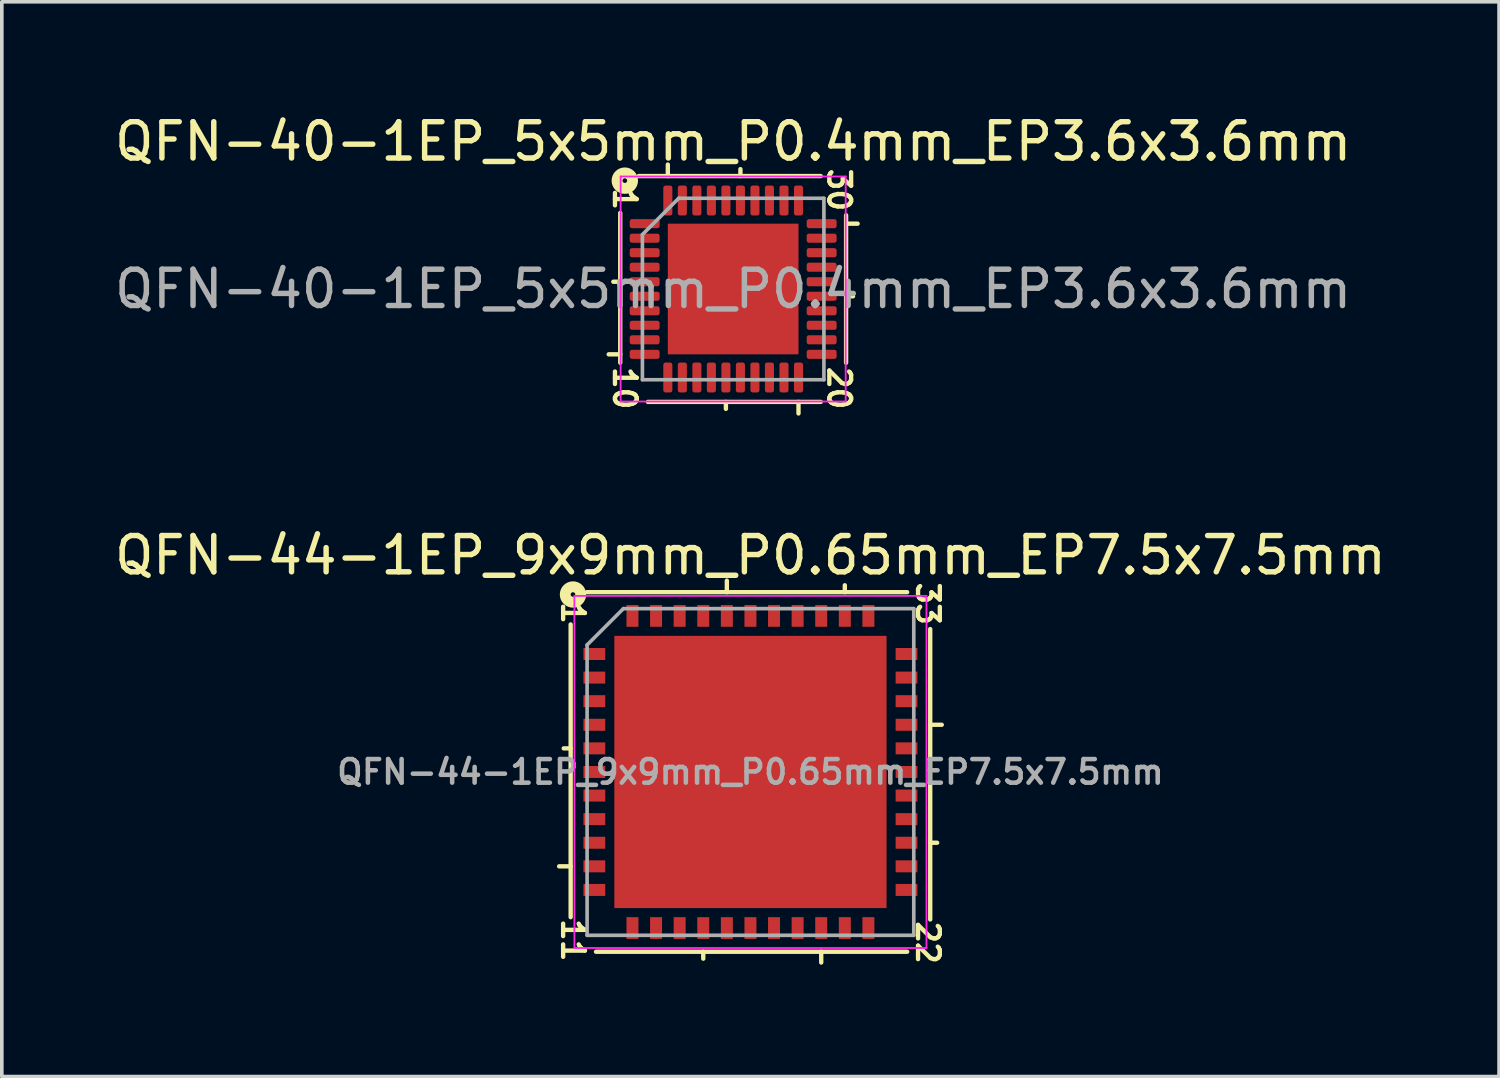
<source format=kicad_pcb>
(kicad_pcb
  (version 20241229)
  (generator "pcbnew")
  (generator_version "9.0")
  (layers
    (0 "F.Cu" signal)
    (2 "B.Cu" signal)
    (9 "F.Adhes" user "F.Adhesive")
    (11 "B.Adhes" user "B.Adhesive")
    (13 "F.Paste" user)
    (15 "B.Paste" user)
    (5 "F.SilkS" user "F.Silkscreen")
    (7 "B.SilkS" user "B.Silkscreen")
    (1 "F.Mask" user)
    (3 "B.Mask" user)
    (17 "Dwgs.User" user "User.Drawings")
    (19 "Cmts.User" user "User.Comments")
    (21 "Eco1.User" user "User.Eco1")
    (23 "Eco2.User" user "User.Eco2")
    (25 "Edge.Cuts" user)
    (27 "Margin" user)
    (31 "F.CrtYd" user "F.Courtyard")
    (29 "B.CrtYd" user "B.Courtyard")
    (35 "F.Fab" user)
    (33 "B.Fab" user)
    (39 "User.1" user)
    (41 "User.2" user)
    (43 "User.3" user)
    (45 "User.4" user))
  (footprint "QFN-40-1EP_5x5mm_P0.4mm_EP3.6x3.6mm"
    (layer "F.Cu")
    (at 17.149 4.912)
    (property "Reference" "QFN-40-1EP_5x5mm_P0.4mm_EP3.6x3.6mm" (at 0 -4.064 0) (layer "F.SilkS") (effects (font (size 1 1) (thickness 0.15))))
    (attr smd)
    (fp_line (start -3.111 -2.095) (end -3.111 2.032) (stroke (width 0.12) (type solid)) (layer "F.SilkS"))
    (fp_line (start -3.111 -0.2) (end -3.302 -0.2) (stroke (width 0.12) (type solid)) (layer "F.SilkS"))
    (fp_line (start -3.111 1.8) (end -3.429 1.8) (stroke (width 0.12) (type solid)) (layer "F.SilkS"))
    (fp_line (start -2.349 3.111) (end 2.413 3.111) (stroke (width 0.12) (type solid)) (layer "F.SilkS"))
    (fp_line (start -1.8 -3.111) (end -1.8 -3.429) (stroke (width 0.12) (type solid)) (layer "F.SilkS"))
    (fp_line (start -0.2 3.111) (end -0.2 3.302) (stroke (width 0.12) (type solid)) (layer "F.SilkS"))
    (fp_line (start 0.2 -3.111) (end 0.2 -3.302) (stroke (width 0.12) (type solid)) (layer "F.SilkS"))
    (fp_line (start 1.8 3.111) (end 1.8 3.429) (stroke (width 0.12) (type solid)) (layer "F.SilkS"))
    (fp_line (start 2.413 -3.111) (end -2.603 -3.111) (stroke (width 0.12) (type solid)) (layer "F.SilkS"))
    (fp_line (start 3.111 -1.8) (end 3.429 -1.8) (stroke (width 0.12) (type solid)) (layer "F.SilkS"))
    (fp_line (start 3.111 0.2) (end 3.302 0.2) (stroke (width 0.12) (type solid)) (layer "F.SilkS"))
    (fp_line (start 3.111 2.032) (end 3.111 -2.032) (stroke (width 0.12) (type solid)) (layer "F.SilkS"))
    (fp_circle (center -2.985 -2.985) (end -2.921 -2.985) (stroke (width 0.3) (type solid)) (fill no) (layer "F.SilkS"))
    (fp_line (start -3.1 -3.1) (end -3.1 3.1) (stroke (width 0.05) (type solid)) (layer "F.CrtYd"))
    (fp_line (start -3.1 3.1) (end 3.1 3.1) (stroke (width 0.05) (type solid)) (layer "F.CrtYd"))
    (fp_line (start 3.1 -3.1) (end -3.1 -3.1) (stroke (width 0.05) (type solid)) (layer "F.CrtYd"))
    (fp_line (start 3.1 3.1) (end 3.1 -3.1) (stroke (width 0.05) (type solid)) (layer "F.CrtYd"))
    (fp_line (start -2.5 -1.5) (end -1.5 -2.5) (stroke (width 0.1) (type solid)) (layer "F.Fab"))
    (fp_line (start -2.5 2.5) (end -2.5 -1.5) (stroke (width 0.1) (type solid)) (layer "F.Fab"))
    (fp_line (start -1.5 -2.5) (end 2.5 -2.5) (stroke (width 0.1) (type solid)) (layer "F.Fab"))
    (fp_line (start 2.5 -2.5) (end 2.5 2.5) (stroke (width 0.1) (type solid)) (layer "F.Fab"))
    (fp_line (start 2.5 2.5) (end -2.5 2.5) (stroke (width 0.1) (type solid)) (layer "F.Fab"))
    (fp_text user "20" (at 2.921 2.731 270) (unlocked yes) (layer "F.SilkS") (effects (font (size 0.6 0.6) (thickness 0.12))))
    (fp_text user "1" (at -2.985 -2.477 270) (unlocked yes) (layer "F.SilkS") (effects (font (size 0.6 0.6) (thickness 0.12))))
    (fp_text user "30" (at 2.921 -2.731 270) (unlocked yes) (layer "F.SilkS") (effects (font (size 0.6 0.6) (thickness 0.12))))
    (fp_text user "10" (at -2.985 2.731 270) (unlocked yes) (layer "F.SilkS") (effects (font (size 0.6 0.6) (thickness 0.12))))
    (fp_text user "${REFERENCE}" (at 0 0 0) (layer "F.Fab") (effects (font (size 1 1) (thickness 0.15))))
    (pad "" smd roundrect (at -1.2 -1.2) (size 0.97 0.97) (layers "F.Paste") (roundrect_rratio 0.25))
    (pad "" smd roundrect (at -1.2 0) (size 0.97 0.97) (layers "F.Paste") (roundrect_rratio 0.25))
    (pad "" smd roundrect (at -1.2 1.2) (size 0.97 0.97) (layers "F.Paste") (roundrect_rratio 0.25))
    (pad "" smd roundrect (at 0 -1.2) (size 0.97 0.97) (layers "F.Paste") (roundrect_rratio 0.25))
    (pad "" smd roundrect (at 0 0) (size 0.97 0.97) (layers "F.Paste") (roundrect_rratio 0.25))
    (pad "" smd roundrect (at 0 1.2) (size 0.97 0.97) (layers "F.Paste") (roundrect_rratio 0.25))
    (pad "" smd roundrect (at 1.2 -1.2) (size 0.97 0.97) (layers "F.Paste") (roundrect_rratio 0.25))
    (pad "" smd roundrect (at 1.2 0) (size 0.97 0.97) (layers "F.Paste") (roundrect_rratio 0.25))
    (pad "" smd roundrect (at 1.2 1.2) (size 0.97 0.97) (layers "F.Paste") (roundrect_rratio 0.25))
    (pad "1" smd roundrect (at -2.438 -1.8) (size 0.825 0.25) (layers "F.Cu" "F.Mask" "F.Paste") (roundrect_rratio 0.25))
    (pad "2" smd roundrect (at -2.438 -1.4) (size 0.825 0.25) (layers "F.Cu" "F.Mask" "F.Paste") (roundrect_rratio 0.25))
    (pad "3" smd roundrect (at -2.438 -1) (size 0.825 0.25) (layers "F.Cu" "F.Mask" "F.Paste") (roundrect_rratio 0.25))
    (pad "4" smd roundrect (at -2.438 -0.6) (size 0.825 0.25) (layers "F.Cu" "F.Mask" "F.Paste") (roundrect_rratio 0.25))
    (pad "5" smd roundrect (at -2.438 -0.2) (size 0.825 0.25) (layers "F.Cu" "F.Mask" "F.Paste") (roundrect_rratio 0.25))
    (pad "6" smd roundrect (at -2.438 0.2) (size 0.825 0.25) (layers "F.Cu" "F.Mask" "F.Paste") (roundrect_rratio 0.25))
    (pad "7" smd roundrect (at -2.438 0.6) (size 0.825 0.25) (layers "F.Cu" "F.Mask" "F.Paste") (roundrect_rratio 0.25))
    (pad "8" smd roundrect (at -2.438 1) (size 0.825 0.25) (layers "F.Cu" "F.Mask" "F.Paste") (roundrect_rratio 0.25))
    (pad "9" smd roundrect (at -2.438 1.4) (size 0.825 0.25) (layers "F.Cu" "F.Mask" "F.Paste") (roundrect_rratio 0.25))
    (pad "10" smd roundrect (at -2.438 1.8) (size 0.825 0.25) (layers "F.Cu" "F.Mask" "F.Paste") (roundrect_rratio 0.25))
    (pad "11" smd roundrect (at -1.8 2.438) (size 0.25 0.825) (layers "F.Cu" "F.Mask" "F.Paste") (roundrect_rratio 0.25))
    (pad "12" smd roundrect (at -1.4 2.438) (size 0.25 0.825) (layers "F.Cu" "F.Mask" "F.Paste") (roundrect_rratio 0.25))
    (pad "13" smd roundrect (at -1 2.438) (size 0.25 0.825) (layers "F.Cu" "F.Mask" "F.Paste") (roundrect_rratio 0.25))
    (pad "14" smd roundrect (at -0.6 2.438) (size 0.25 0.825) (layers "F.Cu" "F.Mask" "F.Paste") (roundrect_rratio 0.25))
    (pad "15" smd roundrect (at -0.2 2.438) (size 0.25 0.825) (layers "F.Cu" "F.Mask" "F.Paste") (roundrect_rratio 0.25))
    (pad "16" smd roundrect (at 0.2 2.438) (size 0.25 0.825) (layers "F.Cu" "F.Mask" "F.Paste") (roundrect_rratio 0.25))
    (pad "17" smd roundrect (at 0.6 2.438) (size 0.25 0.825) (layers "F.Cu" "F.Mask" "F.Paste") (roundrect_rratio 0.25))
    (pad "18" smd roundrect (at 1 2.438) (size 0.25 0.825) (layers "F.Cu" "F.Mask" "F.Paste") (roundrect_rratio 0.25))
    (pad "19" smd roundrect (at 1.4 2.438) (size 0.25 0.825) (layers "F.Cu" "F.Mask" "F.Paste") (roundrect_rratio 0.25))
    (pad "20" smd roundrect (at 1.8 2.438) (size 0.25 0.825) (layers "F.Cu" "F.Mask" "F.Paste") (roundrect_rratio 0.25))
    (pad "21" smd roundrect (at 2.438 1.8) (size 0.825 0.25) (layers "F.Cu" "F.Mask" "F.Paste") (roundrect_rratio 0.25))
    (pad "22" smd roundrect (at 2.438 1.4) (size 0.825 0.25) (layers "F.Cu" "F.Mask" "F.Paste") (roundrect_rratio 0.25))
    (pad "23" smd roundrect (at 2.438 1) (size 0.825 0.25) (layers "F.Cu" "F.Mask" "F.Paste") (roundrect_rratio 0.25))
    (pad "24" smd roundrect (at 2.438 0.6) (size 0.825 0.25) (layers "F.Cu" "F.Mask" "F.Paste") (roundrect_rratio 0.25))
    (pad "25" smd roundrect (at 2.438 0.2) (size 0.825 0.25) (layers "F.Cu" "F.Mask" "F.Paste") (roundrect_rratio 0.25))
    (pad "26" smd roundrect (at 2.438 -0.2) (size 0.825 0.25) (layers "F.Cu" "F.Mask" "F.Paste") (roundrect_rratio 0.25))
    (pad "27" smd roundrect (at 2.438 -0.6) (size 0.825 0.25) (layers "F.Cu" "F.Mask" "F.Paste") (roundrect_rratio 0.25))
    (pad "28" smd roundrect (at 2.438 -1) (size 0.825 0.25) (layers "F.Cu" "F.Mask" "F.Paste") (roundrect_rratio 0.25))
    (pad "29" smd roundrect (at 2.438 -1.4) (size 0.825 0.25) (layers "F.Cu" "F.Mask" "F.Paste") (roundrect_rratio 0.25))
    (pad "30" smd roundrect (at 2.438 -1.8) (size 0.825 0.25) (layers "F.Cu" "F.Mask" "F.Paste") (roundrect_rratio 0.25))
    (pad "31" smd roundrect (at 1.8 -2.438) (size 0.25 0.825) (layers "F.Cu" "F.Mask" "F.Paste") (roundrect_rratio 0.25))
    (pad "32" smd roundrect (at 1.4 -2.438) (size 0.25 0.825) (layers "F.Cu" "F.Mask" "F.Paste") (roundrect_rratio 0.25))
    (pad "33" smd roundrect (at 1 -2.438) (size 0.25 0.825) (layers "F.Cu" "F.Mask" "F.Paste") (roundrect_rratio 0.25))
    (pad "34" smd roundrect (at 0.6 -2.438) (size 0.25 0.825) (layers "F.Cu" "F.Mask" "F.Paste") (roundrect_rratio 0.25))
    (pad "35" smd roundrect (at 0.2 -2.438) (size 0.25 0.825) (layers "F.Cu" "F.Mask" "F.Paste") (roundrect_rratio 0.25))
    (pad "36" smd roundrect (at -0.2 -2.438) (size 0.25 0.825) (layers "F.Cu" "F.Mask" "F.Paste") (roundrect_rratio 0.25))
    (pad "37" smd roundrect (at -0.6 -2.438) (size 0.25 0.825) (layers "F.Cu" "F.Mask" "F.Paste") (roundrect_rratio 0.25))
    (pad "38" smd roundrect (at -1 -2.438) (size 0.25 0.825) (layers "F.Cu" "F.Mask" "F.Paste") (roundrect_rratio 0.25))
    (pad "39" smd roundrect (at -1.4 -2.438) (size 0.25 0.825) (layers "F.Cu" "F.Mask" "F.Paste") (roundrect_rratio 0.25))
    (pad "40" smd roundrect (at -1.8 -2.438) (size 0.25 0.825) (layers "F.Cu" "F.Mask" "F.Paste") (roundrect_rratio 0.25))
    (pad "41" smd rect (at 0 0) (size 3.6 3.6) (layers "F.Cu" "F.Mask")))
  (footprint "QFN-44-1EP_9x9mm_P0.65mm_EP7.5x7.5mm"
    (layer "F.Cu")
    (at 17.625 18.218)
    (property "Reference" "QFN-44-1EP_9x9mm_P0.65mm_EP7.5x7.5mm" (at 0 -5.969 0) (layer "F.SilkS") (effects (font (size 1 1) (thickness 0.15))))
    (attr smd)
    (fp_line (start -4.953 -4.064) (end -4.953 4) (stroke (width 0.12) (type solid)) (layer "F.SilkS"))
    (fp_line (start -4.953 -0.65) (end -5.144 -0.65) (stroke (width 0.12) (type solid)) (layer "F.SilkS"))
    (fp_line (start -4.953 2.6) (end -5.271 2.6) (stroke (width 0.12) (type solid)) (layer "F.SilkS"))
    (fp_line (start -4.255 4.953) (end 4.318 4.953) (stroke (width 0.12) (type solid)) (layer "F.SilkS"))
    (fp_line (start -1.3 4.953) (end -1.3 5.144) (stroke (width 0.12) (type solid)) (layer "F.SilkS"))
    (fp_line (start -0.65 -4.953) (end -0.65 -5.271) (stroke (width 0.12) (type solid)) (layer "F.SilkS"))
    (fp_line (start 1.95 4.953) (end 1.95 5.25) (stroke (width 0.12) (type solid)) (layer "F.SilkS"))
    (fp_line (start 2.6 -4.953) (end 2.6 -5.144) (stroke (width 0.12) (type solid)) (layer "F.SilkS"))
    (fp_line (start 4.318 -4.953) (end -4.508 -4.953) (stroke (width 0.12) (type solid)) (layer "F.SilkS"))
    (fp_line (start 4.953 -1.3) (end 5.271 -1.3) (stroke (width 0.12) (type solid)) (layer "F.SilkS"))
    (fp_line (start 4.953 1.95) (end 5.144 1.95) (stroke (width 0.12) (type solid)) (layer "F.SilkS"))
    (fp_line (start 4.953 4.064) (end 4.953 -3.937) (stroke (width 0.12) (type solid)) (layer "F.SilkS"))
    (fp_circle (center -4.889 -4.889) (end -4.826 -4.889) (stroke (width 0.3) (type solid)) (fill no) (layer "F.SilkS"))
    (fp_line (start -4.85 -4.85) (end -4.85 4.85) (stroke (width 0.05) (type solid)) (layer "F.CrtYd"))
    (fp_line (start -4.85 4.85) (end 4.85 4.85) (stroke (width 0.05) (type solid)) (layer "F.CrtYd"))
    (fp_line (start 4.85 -4.85) (end -4.85 -4.85) (stroke (width 0.05) (type solid)) (layer "F.CrtYd"))
    (fp_line (start 4.85 4.85) (end 4.85 -4.85) (stroke (width 0.05) (type solid)) (layer "F.CrtYd"))
    (fp_line (start -4.5 -3.5) (end -3.5 -4.5) (stroke (width 0.1) (type solid)) (layer "F.Fab"))
    (fp_line (start -4.5 4.5) (end -4.5 -3.5) (stroke (width 0.1) (type solid)) (layer "F.Fab"))
    (fp_line (start -3.5 -4.5) (end 4.5 -4.5) (stroke (width 0.1) (type solid)) (layer "F.Fab"))
    (fp_line (start 4.5 -4.5) (end 4.5 4.5) (stroke (width 0.1) (type solid)) (layer "F.Fab"))
    (fp_line (start 4.5 4.5) (end -4.5 4.5) (stroke (width 0.1) (type solid)) (layer "F.Fab"))
    (fp_text user "11" (at -4.889 4.636 270) (unlocked yes) (layer "F.SilkS") (effects (font (size 0.6 0.6) (thickness 0.12))))
    (fp_text user "33" (at 4.889 -4.636 270) (unlocked yes) (layer "F.SilkS") (effects (font (size 0.6 0.6) (thickness 0.12))))
    (fp_text user "22" (at 4.889 4.699 270) (unlocked yes) (layer "F.SilkS") (effects (font (size 0.6 0.6) (thickness 0.12))))
    (fp_text user "1" (at -4.889 -4.381 270) (unlocked yes) (layer "F.SilkS") (effects (font (size 0.6 0.6) (thickness 0.12))))
    (fp_text user "${REFERENCE}" (at 0 0 0) (layer "F.Fab") (effects (font (size 0.65 0.65) (thickness 0.125))))
    (pad "" smd rect (at -1.875 -1.875) (size 2.65 2.65) (layers "F.Paste"))
    (pad "" smd rect (at -1.875 1.875) (size 2.65 2.65) (layers "F.Paste"))
    (pad "" smd rect (at 1.875 -1.875) (size 2.65 2.65) (layers "F.Paste"))
    (pad "" smd rect (at 1.875 1.875) (size 2.65 2.65) (layers "F.Paste"))
    (pad "1" smd rect (at -4.3 -3.25) (size 0.6 0.33) (layers "F.Cu" "F.Mask" "F.Paste"))
    (pad "2" smd rect (at -4.3 -2.6) (size 0.6 0.33) (layers "F.Cu" "F.Mask" "F.Paste"))
    (pad "3" smd rect (at -4.3 -1.95) (size 0.6 0.33) (layers "F.Cu" "F.Mask" "F.Paste"))
    (pad "4" smd rect (at -4.3 -1.3) (size 0.6 0.33) (layers "F.Cu" "F.Mask" "F.Paste"))
    (pad "5" smd rect (at -4.3 -0.65) (size 0.6 0.33) (layers "F.Cu" "F.Mask" "F.Paste"))
    (pad "6" smd rect (at -4.3 0) (size 0.6 0.33) (layers "F.Cu" "F.Mask" "F.Paste"))
    (pad "7" smd rect (at -4.3 0.65) (size 0.6 0.33) (layers "F.Cu" "F.Mask" "F.Paste"))
    (pad "8" smd rect (at -4.3 1.3) (size 0.6 0.33) (layers "F.Cu" "F.Mask" "F.Paste"))
    (pad "9" smd rect (at -4.3 1.95) (size 0.6 0.33) (layers "F.Cu" "F.Mask" "F.Paste"))
    (pad "10" smd rect (at -4.3 2.6) (size 0.6 0.33) (layers "F.Cu" "F.Mask" "F.Paste"))
    (pad "11" smd rect (at -4.3 3.25) (size 0.6 0.33) (layers "F.Cu" "F.Mask" "F.Paste"))
    (pad "12" smd rect (at -3.25 4.3 90) (size 0.6 0.33) (layers "F.Cu" "F.Mask" "F.Paste"))
    (pad "13" smd rect (at -2.6 4.3 90) (size 0.6 0.33) (layers "F.Cu" "F.Mask" "F.Paste"))
    (pad "14" smd rect (at -1.95 4.3 90) (size 0.6 0.33) (layers "F.Cu" "F.Mask" "F.Paste"))
    (pad "15" smd rect (at -1.3 4.3 90) (size 0.6 0.33) (layers "F.Cu" "F.Mask" "F.Paste"))
    (pad "16" smd rect (at -0.65 4.3 90) (size 0.6 0.33) (layers "F.Cu" "F.Mask" "F.Paste"))
    (pad "17" smd rect (at 0 4.3 90) (size 0.6 0.33) (layers "F.Cu" "F.Mask" "F.Paste"))
    (pad "18" smd rect (at 0.65 4.3 90) (size 0.6 0.33) (layers "F.Cu" "F.Mask" "F.Paste"))
    (pad "19" smd rect (at 1.3 4.3 90) (size 0.6 0.33) (layers "F.Cu" "F.Mask" "F.Paste"))
    (pad "20" smd rect (at 1.95 4.3 90) (size 0.6 0.33) (layers "F.Cu" "F.Mask" "F.Paste"))
    (pad "21" smd rect (at 2.6 4.3 90) (size 0.6 0.33) (layers "F.Cu" "F.Mask" "F.Paste"))
    (pad "22" smd rect (at 3.25 4.3 90) (size 0.6 0.33) (layers "F.Cu" "F.Mask" "F.Paste"))
    (pad "23" smd rect (at 4.3 3.25) (size 0.6 0.33) (layers "F.Cu" "F.Mask" "F.Paste"))
    (pad "24" smd rect (at 4.3 2.6) (size 0.6 0.33) (layers "F.Cu" "F.Mask" "F.Paste"))
    (pad "25" smd rect (at 4.3 1.95) (size 0.6 0.33) (layers "F.Cu" "F.Mask" "F.Paste"))
    (pad "26" smd rect (at 4.3 1.3) (size 0.6 0.33) (layers "F.Cu" "F.Mask" "F.Paste"))
    (pad "27" smd rect (at 4.3 0.65) (size 0.6 0.33) (layers "F.Cu" "F.Mask" "F.Paste"))
    (pad "28" smd rect (at 4.3 0) (size 0.6 0.33) (layers "F.Cu" "F.Mask" "F.Paste"))
    (pad "29" smd rect (at 4.3 -0.65) (size 0.6 0.33) (layers "F.Cu" "F.Mask" "F.Paste"))
    (pad "30" smd rect (at 4.3 -1.3) (size 0.6 0.33) (layers "F.Cu" "F.Mask" "F.Paste"))
    (pad "31" smd rect (at 4.3 -1.95) (size 0.6 0.33) (layers "F.Cu" "F.Mask" "F.Paste"))
    (pad "32" smd rect (at 4.3 -2.6) (size 0.6 0.33) (layers "F.Cu" "F.Mask" "F.Paste"))
    (pad "33" smd rect (at 4.3 -3.25) (size 0.6 0.33) (layers "F.Cu" "F.Mask" "F.Paste"))
    (pad "34" smd rect (at 3.25 -4.3 90) (size 0.6 0.33) (layers "F.Cu" "F.Mask" "F.Paste"))
    (pad "35" smd rect (at 2.6 -4.3 90) (size 0.6 0.33) (layers "F.Cu" "F.Mask" "F.Paste"))
    (pad "36" smd rect (at 1.95 -4.3 90) (size 0.6 0.33) (layers "F.Cu" "F.Mask" "F.Paste"))
    (pad "37" smd rect (at 1.3 -4.3 90) (size 0.6 0.33) (layers "F.Cu" "F.Mask" "F.Paste"))
    (pad "38" smd rect (at 0.65 -4.3 90) (size 0.6 0.33) (layers "F.Cu" "F.Mask" "F.Paste"))
    (pad "39" smd rect (at 0 -4.3 90) (size 0.6 0.33) (layers "F.Cu" "F.Mask" "F.Paste"))
    (pad "40" smd rect (at -0.65 -4.3 90) (size 0.6 0.33) (layers "F.Cu" "F.Mask" "F.Paste"))
    (pad "41" smd rect (at -1.3 -4.3 90) (size 0.6 0.33) (layers "F.Cu" "F.Mask" "F.Paste"))
    (pad "42" smd rect (at -1.95 -4.3 90) (size 0.6 0.33) (layers "F.Cu" "F.Mask" "F.Paste"))
    (pad "43" smd rect (at -2.6 -4.3 90) (size 0.6 0.33) (layers "F.Cu" "F.Mask" "F.Paste"))
    (pad "44" smd rect (at -3.25 -4.3 90) (size 0.6 0.33) (layers "F.Cu" "F.Mask" "F.Paste"))
    (pad "45" smd rect (at 0 0) (size 7.5 7.5) (layers "F.Cu" "F.Mask")))
  (gr_rect
    (start -3 -3)
    (end 38.25 26.609)
    (stroke (width 0.1) (type default))
    (fill no)
    (layer "Edge.Cuts")))
</source>
